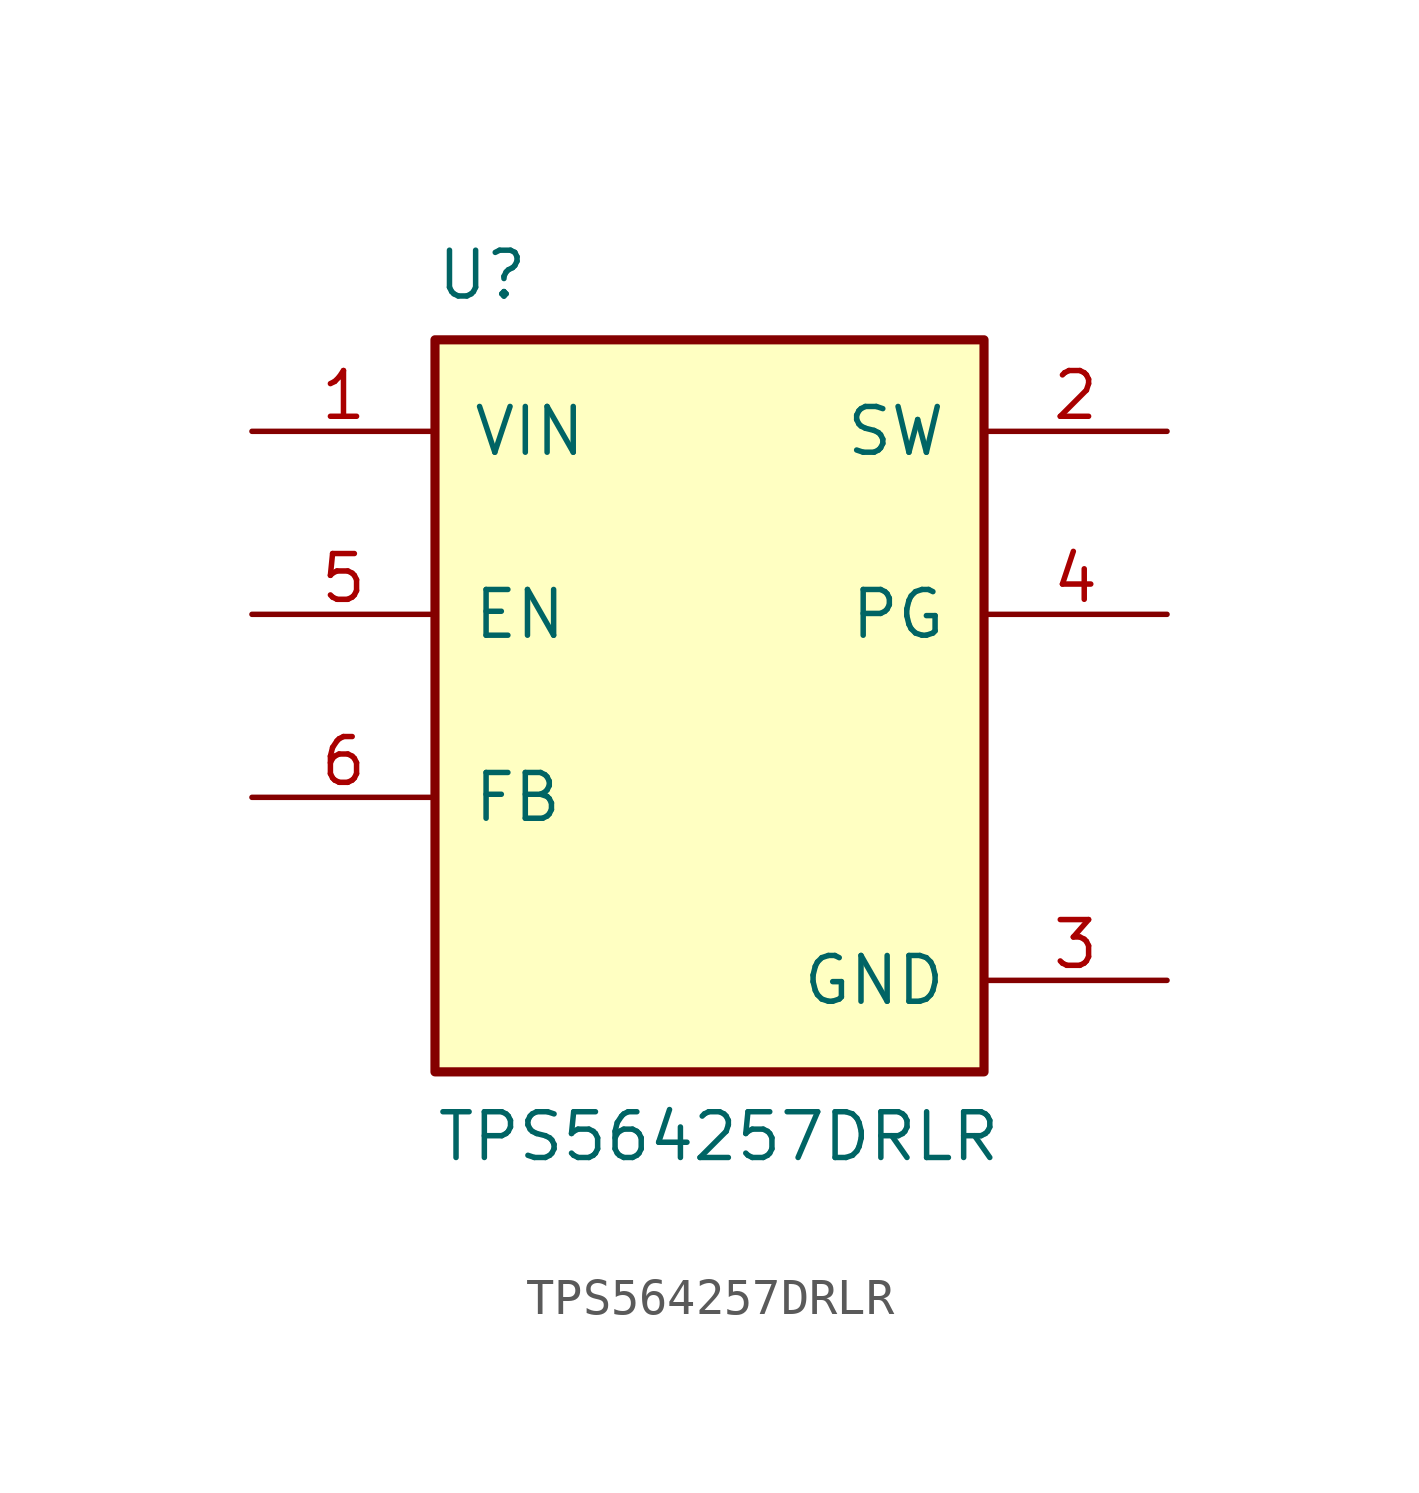
<source format=kicad_sym>
(kicad_symbol_lib
  (version 20231120)
  (generator "kicad_symbol_editor")
  (generator_version "8.99")
  (symbol "TPS564257DRLR"
    (pin_names
      (offset 1.016))
    (property "Reference" "U"
      (at -7.62 12.7 0)
      (effects (font (size 1.27 1.27)) (justify left top)))
    (property "Value" "TPS564257DRLR"
      (at -7.62 -12.7 0)
      (effects (font (size 1.27 1.27)) (justify left bottom)))
    (symbol "TPS564257DRLR_0_0"
      (rectangle (start -7.62 10.16) (end 7.62 -10.16) (stroke (width 0.254) (type default)) (fill (type background)))
      (pin power_in line (at -12.7 7.62 0) (length 5.08) (name "VIN" (effects (font (size 1.27 1.27)))) (number "1" (effects (font (size 1.27 1.27)))))
      (pin power_in line (at 12.7 7.62 180) (length 5.08) (name "SW" (effects (font (size 1.27 1.27)))) (number "2" (effects (font (size 1.27 1.27)))))
      (pin power_in line (at 12.7 -7.62 180) (length 5.08) (name "GND" (effects (font (size 1.27 1.27)))) (number "3" (effects (font (size 1.27 1.27)))))
      (pin output line (at 12.7 2.54 180) (length 5.08) (name "PG" (effects (font (size 1.27 1.27)))) (number "4" (effects (font (size 1.27 1.27)))))
      (pin input line (at -12.7 2.54 0) (length 5.08) (name "EN" (effects (font (size 1.27 1.27)))) (number "5" (effects (font (size 1.27 1.27)))))
      (pin input line (at -12.7 -2.54 0) (length 5.08) (name "FB" (effects (font (size 1.27 1.27)))) (number "6" (effects (font (size 1.27 1.27))))))))
</source>
